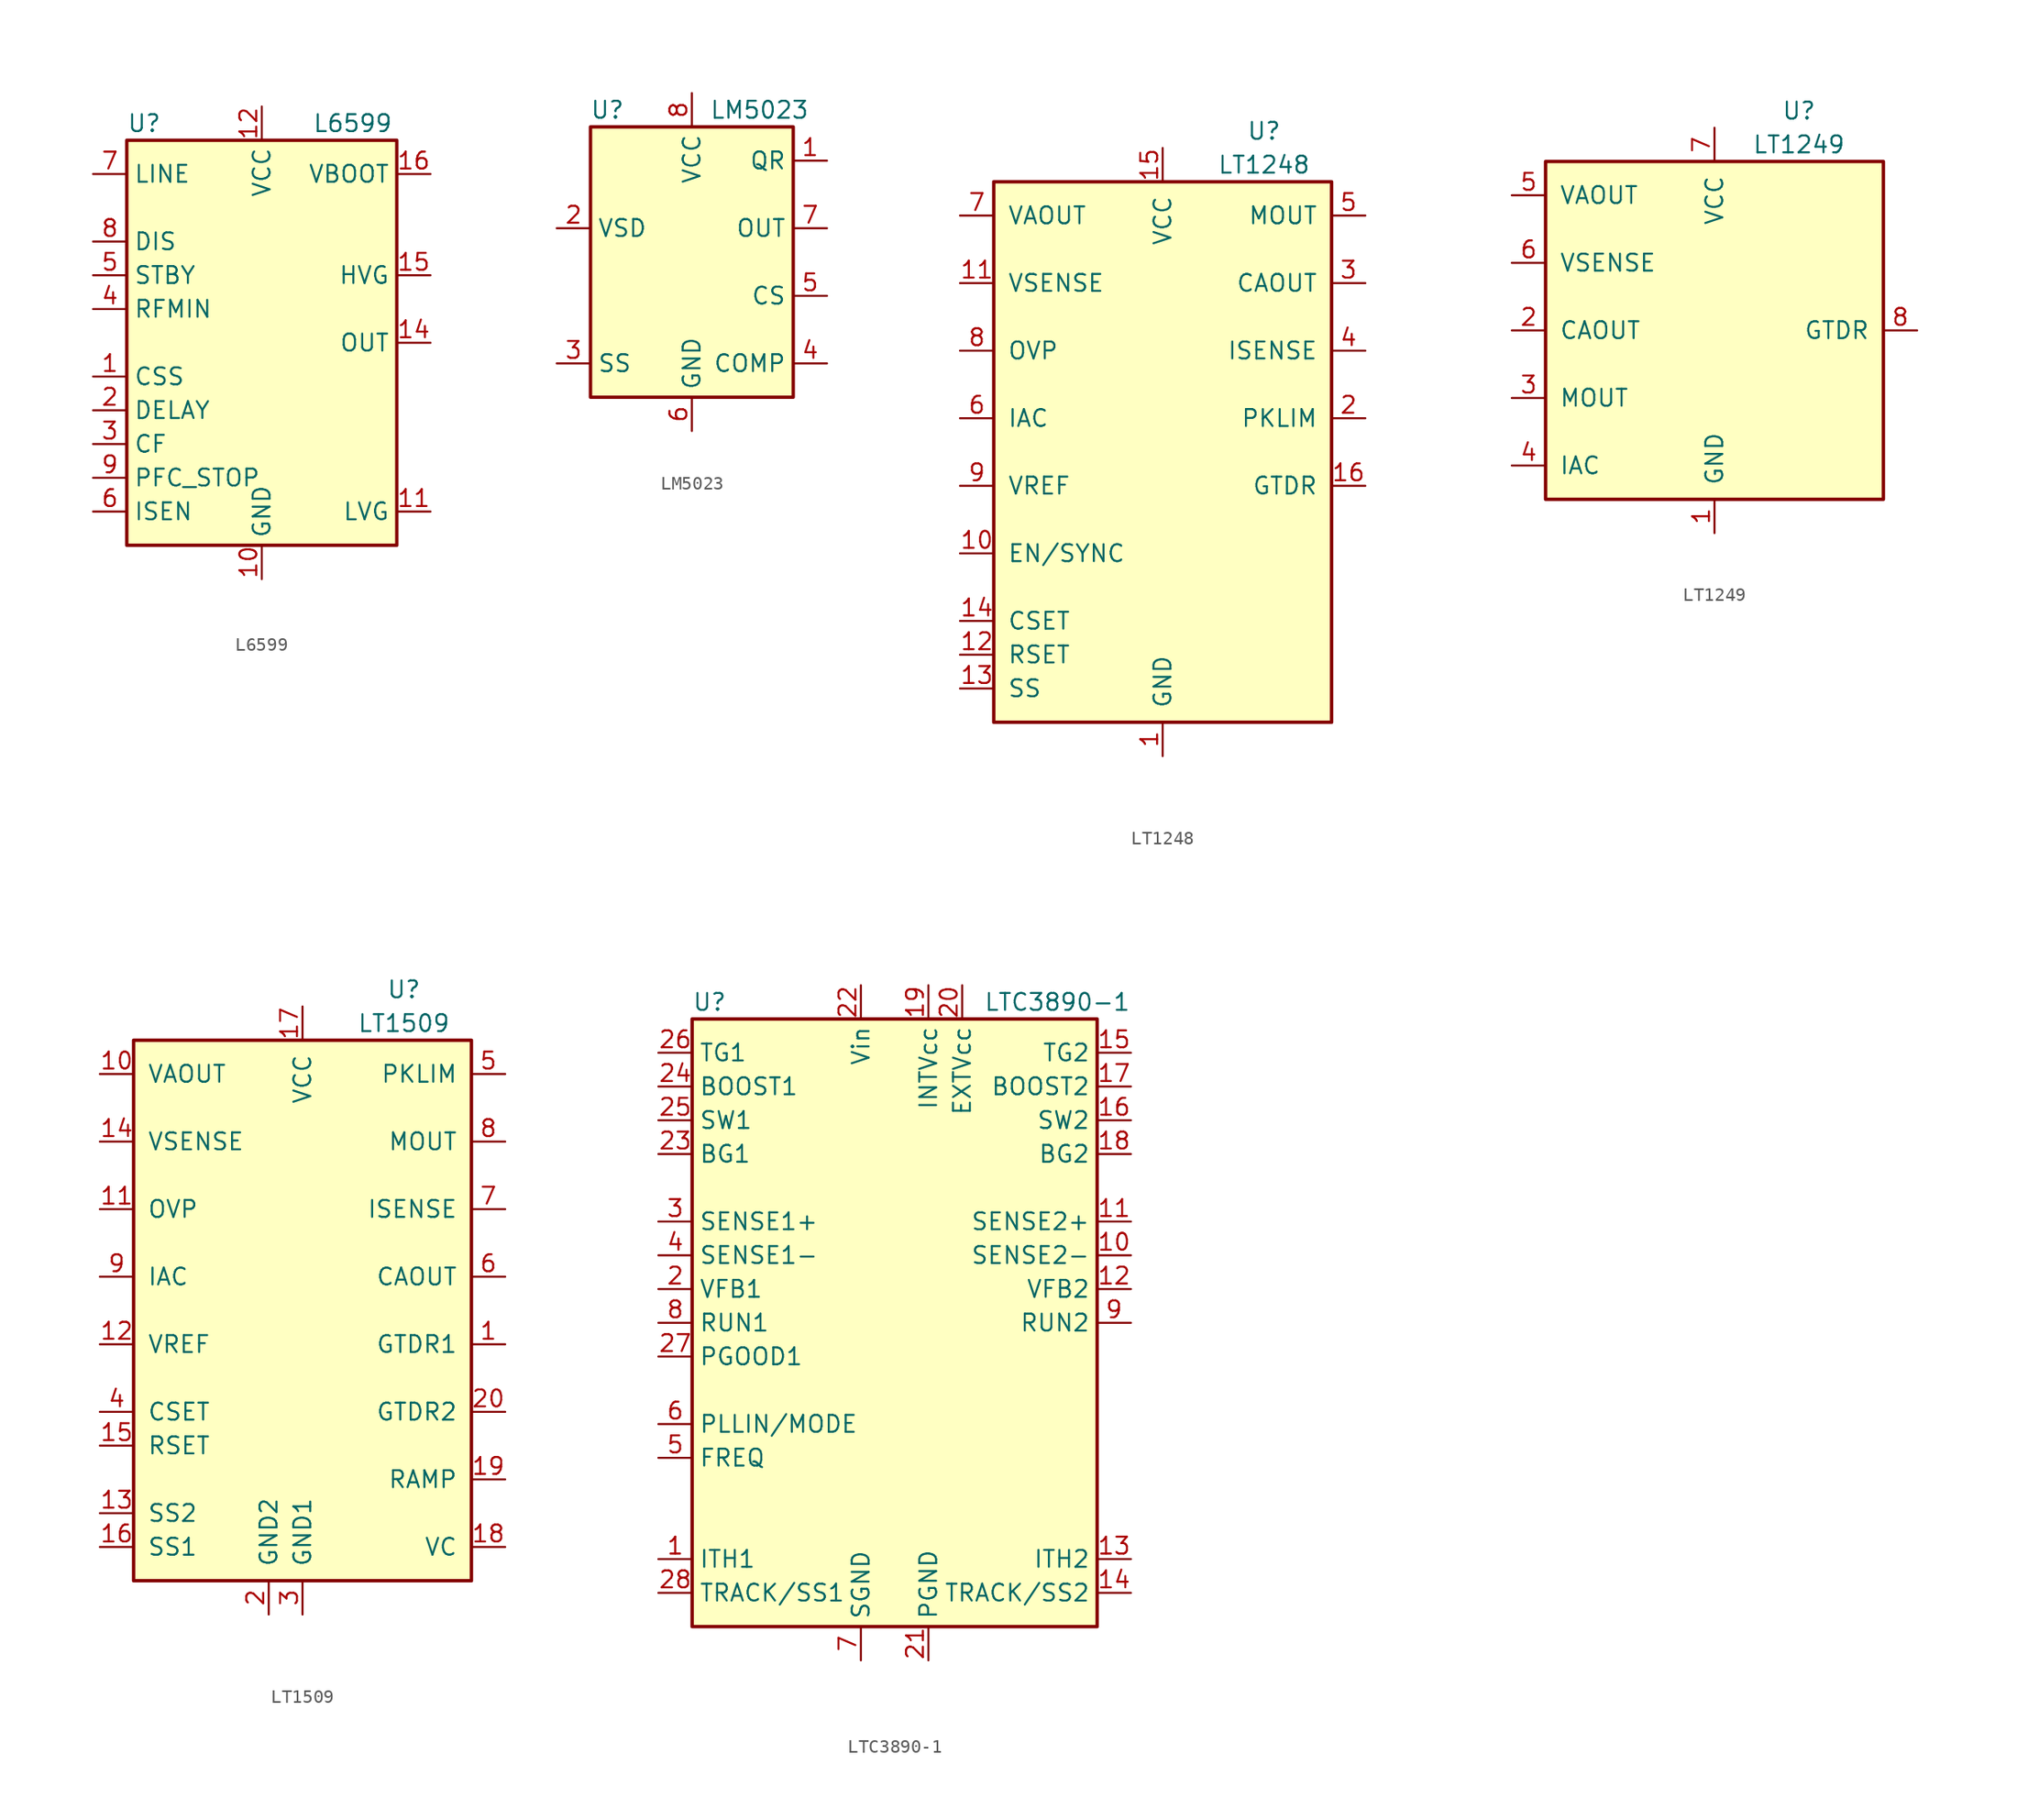
<source format=kicad_sym>
(kicad_symbol_lib
  (version 20211014)
  (generator kicad_symbol_editor)
  (symbol "L6599"
    (property "Reference" "U"
      (at -10.16 16.51 0)
      (effects (font (size 1.27 1.27)) (justify left)))
    (property "Value" "L6599"
      (at 3.81 16.51 0)
      (effects (font (size 1.27 1.27)) (justify left)))
    (symbol "L6599_0_0"
      (rectangle (start -10.16 15.24) (end 10.16 -15.24) (stroke (width 0.254) (type default) (color 0 0 0 0)) (fill (type background))))
    (symbol "L6599_1_1"
      (pin passive line (at -12.7 -2.54 0) (length 2.54) (name "CSS" (effects (font (size 1.27 1.27)))) (number "1" (effects (font (size 1.27 1.27)))))
      (pin power_in line (at 0 -17.78 90) (length 2.54) (name "GND" (effects (font (size 1.27 1.27)))) (number "10" (effects (font (size 1.27 1.27)))))
      (pin output line (at 12.7 -12.7 180) (length 2.54) (name "LVG" (effects (font (size 1.27 1.27)))) (number "11" (effects (font (size 1.27 1.27)))))
      (pin power_in line (at 0 17.78 270) (length 2.54) (name "VCC" (effects (font (size 1.27 1.27)))) (number "12" (effects (font (size 1.27 1.27)))))
      (pin no_connect line (at 10.16 10.16 180) (length 2.54) hide (name "NC" (effects (font (size 1.27 1.27)))) (number "13" (effects (font (size 1.27 1.27)))))
      (pin input line (at 12.7 0 180) (length 2.54) (name "OUT" (effects (font (size 1.27 1.27)))) (number "14" (effects (font (size 1.27 1.27)))))
      (pin output line (at 12.7 5.08 180) (length 2.54) (name "HVG" (effects (font (size 1.27 1.27)))) (number "15" (effects (font (size 1.27 1.27)))))
      (pin input line (at 12.7 12.7 180) (length 2.54) (name "VBOOT" (effects (font (size 1.27 1.27)))) (number "16" (effects (font (size 1.27 1.27)))))
      (pin passive line (at -12.7 -5.08 0) (length 2.54) (name "DELAY" (effects (font (size 1.27 1.27)))) (number "2" (effects (font (size 1.27 1.27)))))
      (pin passive line (at -12.7 -7.62 0) (length 2.54) (name "CF" (effects (font (size 1.27 1.27)))) (number "3" (effects (font (size 1.27 1.27)))))
      (pin passive line (at -12.7 2.54 0) (length 2.54) (name "RFMIN" (effects (font (size 1.27 1.27)))) (number "4" (effects (font (size 1.27 1.27)))))
      (pin input line (at -12.7 5.08 0) (length 2.54) (name "STBY" (effects (font (size 1.27 1.27)))) (number "5" (effects (font (size 1.27 1.27)))))
      (pin input line (at -12.7 -12.7 0) (length 2.54) (name "ISEN" (effects (font (size 1.27 1.27)))) (number "6" (effects (font (size 1.27 1.27)))))
      (pin input line (at -12.7 12.7 0) (length 2.54) (name "LINE" (effects (font (size 1.27 1.27)))) (number "7" (effects (font (size 1.27 1.27)))))
      (pin input line (at -12.7 7.62 0) (length 2.54) (name "DIS" (effects (font (size 1.27 1.27)))) (number "8" (effects (font (size 1.27 1.27)))))
      (pin open_collector line (at -12.7 -10.16 0) (length 2.54) (name "PFC_STOP" (effects (font (size 1.27 1.27)))) (number "9" (effects (font (size 1.27 1.27)))))))
  (symbol "LM5023"
    (property "Reference" "U"
      (at -6.35 11.43 0)
      (effects (font (size 1.27 1.27))))
    (property "Value" "LM5023"
      (at 5.08 11.43 0)
      (effects (font (size 1.27 1.27))))
    (symbol "LM5023_0_0"
      (pin input line (at 10.16 7.62 180) (length 2.54) (name "QR" (effects (font (size 1.27 1.27)))) (number "1" (effects (font (size 1.27 1.27)))))
      (pin output line (at -10.16 2.54 0) (length 2.54) (name "VSD" (effects (font (size 1.27 1.27)))) (number "2" (effects (font (size 1.27 1.27)))))
      (pin passive line (at -10.16 -7.62 0) (length 2.54) (name "SS" (effects (font (size 1.27 1.27)))) (number "3" (effects (font (size 1.27 1.27)))))
      (pin input line (at 10.16 -7.62 180) (length 2.54) (name "COMP" (effects (font (size 1.27 1.27)))) (number "4" (effects (font (size 1.27 1.27)))))
      (pin input line (at 10.16 -2.54 180) (length 2.54) (name "CS" (effects (font (size 1.27 1.27)))) (number "5" (effects (font (size 1.27 1.27)))))
      (pin power_in line (at 0 -12.7 90) (length 2.54) (name "GND" (effects (font (size 1.27 1.27)))) (number "6" (effects (font (size 1.27 1.27)))))
      (pin output line (at 10.16 2.54 180) (length 2.54) (name "OUT" (effects (font (size 1.27 1.27)))) (number "7" (effects (font (size 1.27 1.27)))))
      (pin power_in line (at 0 12.7 270) (length 2.54) (name "VCC" (effects (font (size 1.27 1.27)))) (number "8" (effects (font (size 1.27 1.27))))))
    (symbol "LM5023_0_1"
      (rectangle (start -7.62 10.16) (end 7.62 -10.16) (stroke (width 0.254) (type default) (color 0 0 0 0)) (fill (type background)))))
  (symbol "LT1248"
    (pin_names
      (offset 1.016))
    (property "Reference" "U"
      (at 7.62 24.13 0)
      (effects (font (size 1.27 1.27))))
    (property "Value" "LT1248"
      (at 7.62 21.59 0)
      (effects (font (size 1.27 1.27))))
    (symbol "LT1248_0_1"
      (rectangle (start -12.7 20.32) (end 12.7 -20.32) (stroke (width 0.254) (type default) (color 0 0 0 0)) (fill (type background))))
    (symbol "LT1248_1_1"
      (pin power_in line (at 0 -22.86 90) (length 2.54) (name "GND" (effects (font (size 1.27 1.27)))) (number "1" (effects (font (size 1.27 1.27)))))
      (pin input line (at -15.24 -7.62 0) (length 2.54) (name "EN/SYNC" (effects (font (size 1.27 1.27)))) (number "10" (effects (font (size 1.27 1.27)))))
      (pin input line (at -15.24 12.7 0) (length 2.54) (name "VSENSE" (effects (font (size 1.27 1.27)))) (number "11" (effects (font (size 1.27 1.27)))))
      (pin passive line (at -15.24 -15.24 0) (length 2.54) (name "RSET" (effects (font (size 1.27 1.27)))) (number "12" (effects (font (size 1.27 1.27)))))
      (pin passive line (at -15.24 -17.78 0) (length 2.54) (name "SS" (effects (font (size 1.27 1.27)))) (number "13" (effects (font (size 1.27 1.27)))))
      (pin passive line (at -15.24 -12.7 0) (length 2.54) (name "CSET" (effects (font (size 1.27 1.27)))) (number "14" (effects (font (size 1.27 1.27)))))
      (pin power_in line (at 0 22.86 270) (length 2.54) (name "VCC" (effects (font (size 1.27 1.27)))) (number "15" (effects (font (size 1.27 1.27)))))
      (pin output line (at 15.24 -2.54 180) (length 2.54) (name "GTDR" (effects (font (size 1.27 1.27)))) (number "16" (effects (font (size 1.27 1.27)))))
      (pin input line (at 15.24 2.54 180) (length 2.54) (name "PKLIM" (effects (font (size 1.27 1.27)))) (number "2" (effects (font (size 1.27 1.27)))))
      (pin output line (at 15.24 12.7 180) (length 2.54) (name "CAOUT" (effects (font (size 1.27 1.27)))) (number "3" (effects (font (size 1.27 1.27)))))
      (pin input line (at 15.24 7.62 180) (length 2.54) (name "ISENSE" (effects (font (size 1.27 1.27)))) (number "4" (effects (font (size 1.27 1.27)))))
      (pin input line (at 15.24 17.78 180) (length 2.54) (name "MOUT" (effects (font (size 1.27 1.27)))) (number "5" (effects (font (size 1.27 1.27)))))
      (pin input line (at -15.24 2.54 0) (length 2.54) (name "IAC" (effects (font (size 1.27 1.27)))) (number "6" (effects (font (size 1.27 1.27)))))
      (pin output line (at -15.24 17.78 0) (length 2.54) (name "VAOUT" (effects (font (size 1.27 1.27)))) (number "7" (effects (font (size 1.27 1.27)))))
      (pin input line (at -15.24 7.62 0) (length 2.54) (name "OVP" (effects (font (size 1.27 1.27)))) (number "8" (effects (font (size 1.27 1.27)))))
      (pin power_out line (at -15.24 -2.54 0) (length 2.54) (name "VREF" (effects (font (size 1.27 1.27)))) (number "9" (effects (font (size 1.27 1.27)))))))
  (symbol "LT1249"
    (pin_names
      (offset 1.016))
    (property "Reference" "U"
      (at 6.35 16.51 0)
      (effects (font (size 1.27 1.27))))
    (property "Value" "LT1249"
      (at 6.35 13.97 0)
      (effects (font (size 1.27 1.27))))
    (symbol "LT1249_0_1"
      (rectangle (start -12.7 12.7) (end 12.7 -12.7) (stroke (width 0.254) (type default) (color 0 0 0 0)) (fill (type background))))
    (symbol "LT1249_1_1"
      (pin power_in line (at 0 -15.24 90) (length 2.54) (name "GND" (effects (font (size 1.27 1.27)))) (number "1" (effects (font (size 1.27 1.27)))))
      (pin output line (at -15.24 0 0) (length 2.54) (name "CAOUT" (effects (font (size 1.27 1.27)))) (number "2" (effects (font (size 1.27 1.27)))))
      (pin input line (at -15.24 -5.08 0) (length 2.54) (name "MOUT" (effects (font (size 1.27 1.27)))) (number "3" (effects (font (size 1.27 1.27)))))
      (pin input line (at -15.24 -10.16 0) (length 2.54) (name "IAC" (effects (font (size 1.27 1.27)))) (number "4" (effects (font (size 1.27 1.27)))))
      (pin output line (at -15.24 10.16 0) (length 2.54) (name "VAOUT" (effects (font (size 1.27 1.27)))) (number "5" (effects (font (size 1.27 1.27)))))
      (pin input line (at -15.24 5.08 0) (length 2.54) (name "VSENSE" (effects (font (size 1.27 1.27)))) (number "6" (effects (font (size 1.27 1.27)))))
      (pin power_in line (at 0 15.24 270) (length 2.54) (name "VCC" (effects (font (size 1.27 1.27)))) (number "7" (effects (font (size 1.27 1.27)))))
      (pin output line (at 15.24 0 180) (length 2.54) (name "GTDR" (effects (font (size 1.27 1.27)))) (number "8" (effects (font (size 1.27 1.27)))))))
  (symbol "LT1509"
    (pin_names
      (offset 1.016))
    (property "Reference" "U"
      (at 7.62 24.13 0)
      (effects (font (size 1.27 1.27))))
    (property "Value" "LT1509"
      (at 7.62 21.59 0)
      (effects (font (size 1.27 1.27))))
    (symbol "LT1509_0_1"
      (rectangle (start -12.7 20.32) (end 12.7 -20.32) (stroke (width 0.254) (type default) (color 0 0 0 0)) (fill (type background))))
    (symbol "LT1509_1_1"
      (pin output line (at 15.24 -2.54 180) (length 2.54) (name "GTDR1" (effects (font (size 1.27 1.27)))) (number "1" (effects (font (size 1.27 1.27)))))
      (pin output line (at -15.24 17.78 0) (length 2.54) (name "VAOUT" (effects (font (size 1.27 1.27)))) (number "10" (effects (font (size 1.27 1.27)))))
      (pin input line (at -15.24 7.62 0) (length 2.54) (name "OVP" (effects (font (size 1.27 1.27)))) (number "11" (effects (font (size 1.27 1.27)))))
      (pin power_out line (at -15.24 -2.54 0) (length 2.54) (name "VREF" (effects (font (size 1.27 1.27)))) (number "12" (effects (font (size 1.27 1.27)))))
      (pin passive line (at -15.24 -15.24 0) (length 2.54) (name "SS2" (effects (font (size 1.27 1.27)))) (number "13" (effects (font (size 1.27 1.27)))))
      (pin input line (at -15.24 12.7 0) (length 2.54) (name "VSENSE" (effects (font (size 1.27 1.27)))) (number "14" (effects (font (size 1.27 1.27)))))
      (pin passive line (at -15.24 -10.16 0) (length 2.54) (name "RSET" (effects (font (size 1.27 1.27)))) (number "15" (effects (font (size 1.27 1.27)))))
      (pin passive line (at -15.24 -17.78 0) (length 2.54) (name "SS1" (effects (font (size 1.27 1.27)))) (number "16" (effects (font (size 1.27 1.27)))))
      (pin power_in line (at 0 22.86 270) (length 2.54) (name "VCC" (effects (font (size 1.27 1.27)))) (number "17" (effects (font (size 1.27 1.27)))))
      (pin input line (at 15.24 -17.78 180) (length 2.54) (name "VC" (effects (font (size 1.27 1.27)))) (number "18" (effects (font (size 1.27 1.27)))))
      (pin input line (at 15.24 -12.7 180) (length 2.54) (name "RAMP" (effects (font (size 1.27 1.27)))) (number "19" (effects (font (size 1.27 1.27)))))
      (pin power_in line (at -2.54 -22.86 90) (length 2.54) (name "GND2" (effects (font (size 1.27 1.27)))) (number "2" (effects (font (size 1.27 1.27)))))
      (pin output line (at 15.24 -7.62 180) (length 2.54) (name "GTDR2" (effects (font (size 1.27 1.27)))) (number "20" (effects (font (size 1.27 1.27)))))
      (pin power_in line (at 0 -22.86 90) (length 2.54) (name "GND1" (effects (font (size 1.27 1.27)))) (number "3" (effects (font (size 1.27 1.27)))))
      (pin passive line (at -15.24 -7.62 0) (length 2.54) (name "CSET" (effects (font (size 1.27 1.27)))) (number "4" (effects (font (size 1.27 1.27)))))
      (pin input line (at 15.24 17.78 180) (length 2.54) (name "PKLIM" (effects (font (size 1.27 1.27)))) (number "5" (effects (font (size 1.27 1.27)))))
      (pin output line (at 15.24 2.54 180) (length 2.54) (name "CAOUT" (effects (font (size 1.27 1.27)))) (number "6" (effects (font (size 1.27 1.27)))))
      (pin input line (at 15.24 7.62 180) (length 2.54) (name "ISENSE" (effects (font (size 1.27 1.27)))) (number "7" (effects (font (size 1.27 1.27)))))
      (pin input line (at 15.24 12.7 180) (length 2.54) (name "MOUT" (effects (font (size 1.27 1.27)))) (number "8" (effects (font (size 1.27 1.27)))))
      (pin input line (at -15.24 2.54 0) (length 2.54) (name "IAC" (effects (font (size 1.27 1.27)))) (number "9" (effects (font (size 1.27 1.27)))))))
  (symbol "LTC3890-1"
    (property "Reference" "U"
      (at -15.24 24.13 0)
      (effects (font (size 1.27 1.27)) (justify left)))
    (property "Value" "LTC3890-1"
      (at 17.78 24.13 0)
      (effects (font (size 1.27 1.27)) (justify right)))
    (symbol "LTC3890-1_0_1"
      (rectangle (start -15.24 22.86) (end 15.24 -22.86) (stroke (width 0.254) (type default) (color 0 0 0 0)) (fill (type background))))
    (symbol "LTC3890-1_1_1"
      (pin passive line (at -17.78 -17.78 0) (length 2.54) (name "ITH1" (effects (font (size 1.27 1.27)))) (number "1" (effects (font (size 1.27 1.27)))))
      (pin input line (at 17.78 5.08 180) (length 2.54) (name "SENSE2-" (effects (font (size 1.27 1.27)))) (number "10" (effects (font (size 1.27 1.27)))))
      (pin input line (at 17.78 7.62 180) (length 2.54) (name "SENSE2+" (effects (font (size 1.27 1.27)))) (number "11" (effects (font (size 1.27 1.27)))))
      (pin input line (at 17.78 2.54 180) (length 2.54) (name "VFB2" (effects (font (size 1.27 1.27)))) (number "12" (effects (font (size 1.27 1.27)))))
      (pin passive line (at 17.78 -17.78 180) (length 2.54) (name "ITH2" (effects (font (size 1.27 1.27)))) (number "13" (effects (font (size 1.27 1.27)))))
      (pin input line (at 17.78 -20.32 180) (length 2.54) (name "TRACK/SS2" (effects (font (size 1.27 1.27)))) (number "14" (effects (font (size 1.27 1.27)))))
      (pin output line (at 17.78 20.32 180) (length 2.54) (name "TG2" (effects (font (size 1.27 1.27)))) (number "15" (effects (font (size 1.27 1.27)))))
      (pin output line (at 17.78 15.24 180) (length 2.54) (name "SW2" (effects (font (size 1.27 1.27)))) (number "16" (effects (font (size 1.27 1.27)))))
      (pin output line (at 17.78 17.78 180) (length 2.54) (name "BOOST2" (effects (font (size 1.27 1.27)))) (number "17" (effects (font (size 1.27 1.27)))))
      (pin output line (at 17.78 12.7 180) (length 2.54) (name "BG2" (effects (font (size 1.27 1.27)))) (number "18" (effects (font (size 1.27 1.27)))))
      (pin power_out line (at 2.54 25.4 270) (length 2.54) (name "INTVcc" (effects (font (size 1.27 1.27)))) (number "19" (effects (font (size 1.27 1.27)))))
      (pin input line (at -17.78 2.54 0) (length 2.54) (name "VFB1" (effects (font (size 1.27 1.27)))) (number "2" (effects (font (size 1.27 1.27)))))
      (pin power_in line (at 5.08 25.4 270) (length 2.54) (name "EXTVcc" (effects (font (size 1.27 1.27)))) (number "20" (effects (font (size 1.27 1.27)))))
      (pin power_in line (at 2.54 -25.4 90) (length 2.54) (name "PGND" (effects (font (size 1.27 1.27)))) (number "21" (effects (font (size 1.27 1.27)))))
      (pin power_in line (at -2.54 25.4 270) (length 2.54) (name "Vin" (effects (font (size 1.27 1.27)))) (number "22" (effects (font (size 1.27 1.27)))))
      (pin output line (at -17.78 12.7 0) (length 2.54) (name "BG1" (effects (font (size 1.27 1.27)))) (number "23" (effects (font (size 1.27 1.27)))))
      (pin output line (at -17.78 17.78 0) (length 2.54) (name "BOOST1" (effects (font (size 1.27 1.27)))) (number "24" (effects (font (size 1.27 1.27)))))
      (pin output line (at -17.78 15.24 0) (length 2.54) (name "SW1" (effects (font (size 1.27 1.27)))) (number "25" (effects (font (size 1.27 1.27)))))
      (pin output line (at -17.78 20.32 0) (length 2.54) (name "TG1" (effects (font (size 1.27 1.27)))) (number "26" (effects (font (size 1.27 1.27)))))
      (pin output line (at -17.78 -2.54 0) (length 2.54) (name "PGOOD1" (effects (font (size 1.27 1.27)))) (number "27" (effects (font (size 1.27 1.27)))))
      (pin input line (at -17.78 -20.32 0) (length 2.54) (name "TRACK/SS1" (effects (font (size 1.27 1.27)))) (number "28" (effects (font (size 1.27 1.27)))))
      (pin input line (at -17.78 7.62 0) (length 2.54) (name "SENSE1+" (effects (font (size 1.27 1.27)))) (number "3" (effects (font (size 1.27 1.27)))))
      (pin input line (at -17.78 5.08 0) (length 2.54) (name "SENSE1-" (effects (font (size 1.27 1.27)))) (number "4" (effects (font (size 1.27 1.27)))))
      (pin input line (at -17.78 -10.16 0) (length 2.54) (name "FREQ" (effects (font (size 1.27 1.27)))) (number "5" (effects (font (size 1.27 1.27)))))
      (pin input line (at -17.78 -7.62 0) (length 2.54) (name "PLLIN/MODE" (effects (font (size 1.27 1.27)))) (number "6" (effects (font (size 1.27 1.27)))))
      (pin power_in line (at -2.54 -25.4 90) (length 2.54) (name "SGND" (effects (font (size 1.27 1.27)))) (number "7" (effects (font (size 1.27 1.27)))))
      (pin input line (at -17.78 0 0) (length 2.54) (name "RUN1" (effects (font (size 1.27 1.27)))) (number "8" (effects (font (size 1.27 1.27)))))
      (pin input line (at 17.78 0 180) (length 2.54) (name "RUN2" (effects (font (size 1.27 1.27)))) (number "9" (effects (font (size 1.27 1.27))))))))
</source>
